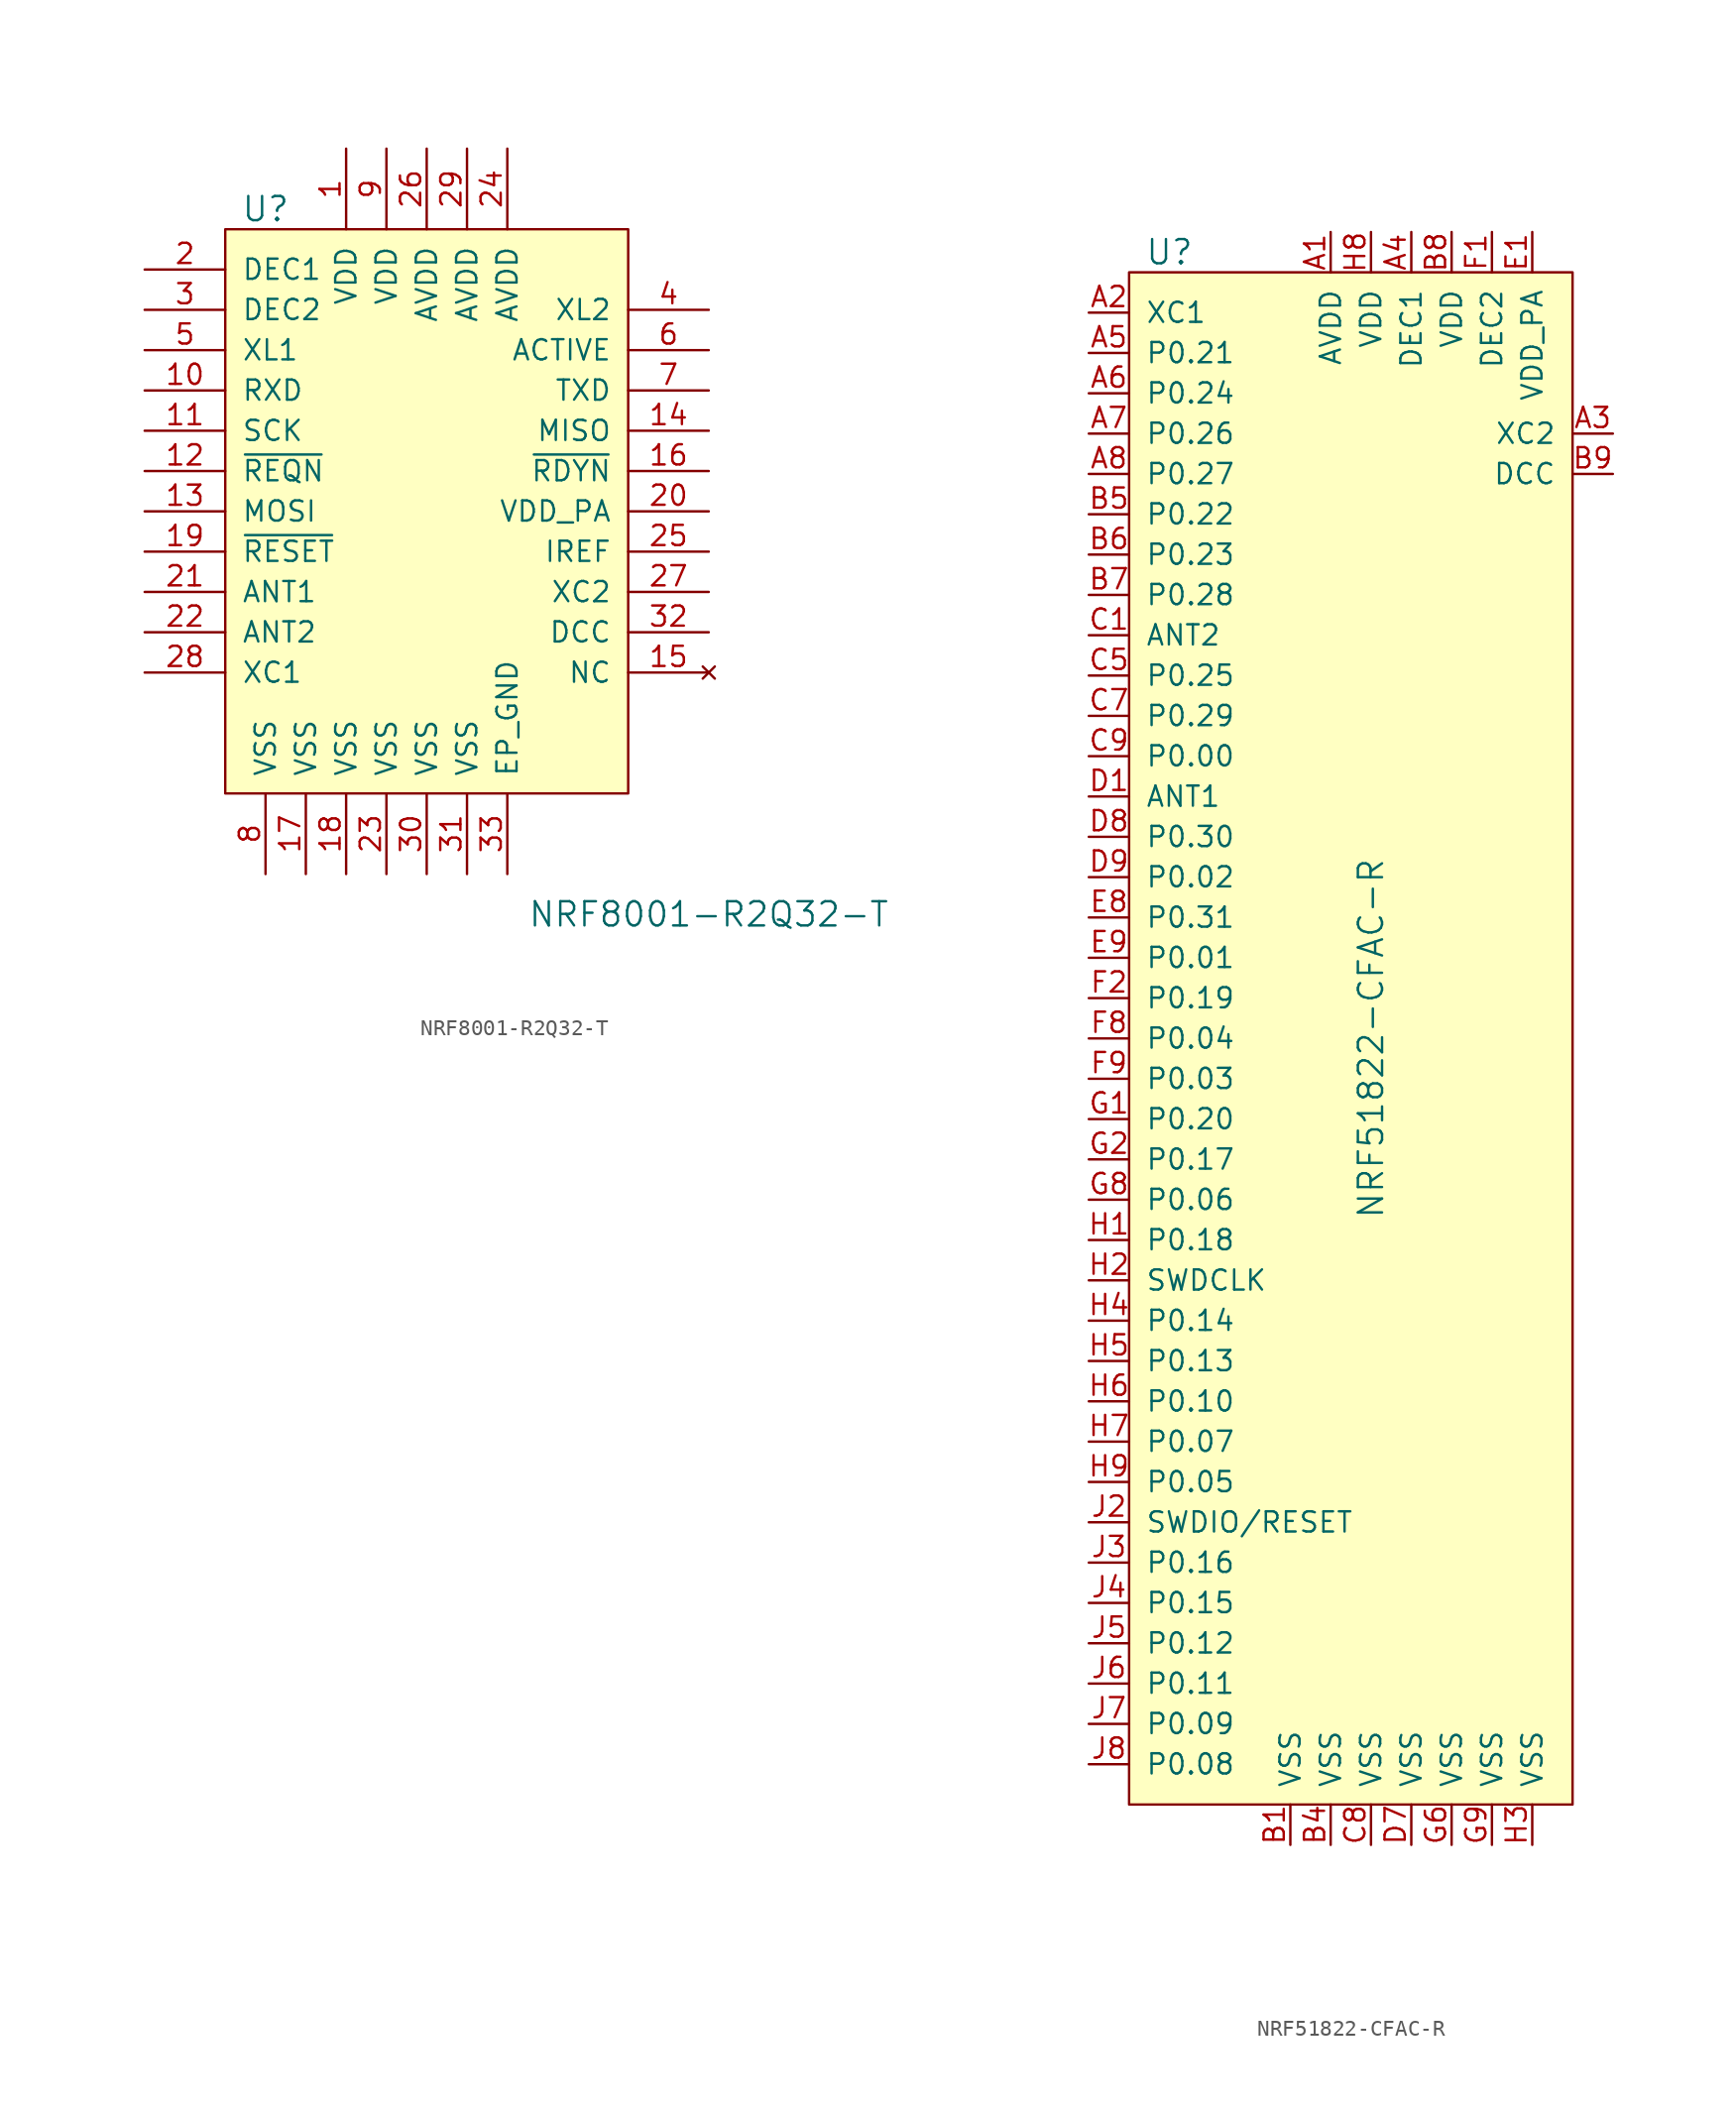
<source format=kicad_sym>
(kicad_symbol_lib
  (version 20201005)
  (generator kicad_symbol_editor)
  (symbol "NRF8001-R2Q32-T"
    (pin_names
      (offset 1.016))
    (property "Reference" "U"
      (at -10.16 16.51 0)
      (effects (font (size 1.524 1.524))))
    (property "Value" "NRF8001-R2Q32-T"
      (at 17.78 -27.94 0)
      (effects (font (size 1.524 1.524))))
    (symbol "NRF8001-R2Q32-T_0_1"
      (rectangle (start -12.7 15.24) (end 12.7 -20.32) (stroke (width 0)) (fill (type background))))
    (symbol "NRF8001-R2Q32-T_1_1"
      (pin power_in line (at -5.08 20.32 270) (length 5.08) (name "VDD" (effects (font (size 1.27 1.27)))) (number "1" (effects (font (size 1.27 1.27)))))
      (pin unspecified line (at -17.78 12.7 0) (length 5.08) (name "DEC1" (effects (font (size 1.27 1.27)))) (number "2" (effects (font (size 1.27 1.27)))))
      (pin unspecified line (at -17.78 10.16 0) (length 5.08) (name "DEC2" (effects (font (size 1.27 1.27)))) (number "3" (effects (font (size 1.27 1.27)))))
      (pin output line (at 17.78 10.16 180) (length 5.08) (name "XL2" (effects (font (size 1.27 1.27)))) (number "4" (effects (font (size 1.27 1.27)))))
      (pin input line (at -17.78 7.62 0) (length 5.08) (name "XL1" (effects (font (size 1.27 1.27)))) (number "5" (effects (font (size 1.27 1.27)))))
      (pin output line (at 17.78 7.62 180) (length 5.08) (name "ACTIVE" (effects (font (size 1.27 1.27)))) (number "6" (effects (font (size 1.27 1.27)))))
      (pin output line (at 17.78 5.08 180) (length 5.08) (name "TXD" (effects (font (size 1.27 1.27)))) (number "7" (effects (font (size 1.27 1.27)))))
      (pin power_in line (at -10.16 -25.4 90) (length 5.08) (name "VSS" (effects (font (size 1.27 1.27)))) (number "8" (effects (font (size 1.27 1.27)))))
      (pin power_in line (at -2.54 20.32 270) (length 5.08) (name "VDD" (effects (font (size 1.27 1.27)))) (number "9" (effects (font (size 1.27 1.27)))))
      (pin input line (at -17.78 5.08 0) (length 5.08) (name "RXD" (effects (font (size 1.27 1.27)))) (number "10" (effects (font (size 1.27 1.27)))))
      (pin power_out line (at 17.78 -2.54 180) (length 5.08) (name "VDD_PA" (effects (font (size 1.27 1.27)))) (number "20" (effects (font (size 1.27 1.27)))))
      (pin power_in line (at 0 -25.4 90) (length 5.08) (name "VSS" (effects (font (size 1.27 1.27)))) (number "30" (effects (font (size 1.27 1.27)))))
      (pin input line (at -17.78 2.54 0) (length 5.08) (name "SCK" (effects (font (size 1.27 1.27)))) (number "11" (effects (font (size 1.27 1.27)))))
      (pin input line (at -17.78 -7.62 0) (length 5.08) (name "ANT1" (effects (font (size 1.27 1.27)))) (number "21" (effects (font (size 1.27 1.27)))))
      (pin power_in line (at 2.54 -25.4 90) (length 5.08) (name "VSS" (effects (font (size 1.27 1.27)))) (number "31" (effects (font (size 1.27 1.27)))))
      (pin input line (at -17.78 0 0) (length 5.08) (name "~REQN" (effects (font (size 1.27 1.27)))) (number "12" (effects (font (size 1.27 1.27)))))
      (pin input line (at -17.78 -10.16 0) (length 5.08) (name "ANT2" (effects (font (size 1.27 1.27)))) (number "22" (effects (font (size 1.27 1.27)))))
      (pin output line (at 17.78 -10.16 180) (length 5.08) (name "DCC" (effects (font (size 1.27 1.27)))) (number "32" (effects (font (size 1.27 1.27)))))
      (pin input line (at -17.78 -2.54 0) (length 5.08) (name "MOSI" (effects (font (size 1.27 1.27)))) (number "13" (effects (font (size 1.27 1.27)))))
      (pin power_in line (at -2.54 -25.4 90) (length 5.08) (name "VSS" (effects (font (size 1.27 1.27)))) (number "23" (effects (font (size 1.27 1.27)))))
      (pin power_in line (at 5.08 -25.4 90) (length 5.08) (name "EP_GND" (effects (font (size 1.27 1.27)))) (number "33" (effects (font (size 1.27 1.27)))))
      (pin output line (at 17.78 2.54 180) (length 5.08) (name "MISO" (effects (font (size 1.27 1.27)))) (number "14" (effects (font (size 1.27 1.27)))))
      (pin power_in line (at 5.08 20.32 270) (length 5.08) (name "AVDD" (effects (font (size 1.27 1.27)))) (number "24" (effects (font (size 1.27 1.27)))))
      (pin no_connect line (at 17.78 -12.7 180) (length 5.08) (name "NC" (effects (font (size 1.27 1.27)))) (number "15" (effects (font (size 1.27 1.27)))))
      (pin output line (at 17.78 -5.08 180) (length 5.08) (name "IREF" (effects (font (size 1.27 1.27)))) (number "25" (effects (font (size 1.27 1.27)))))
      (pin output line (at 17.78 0 180) (length 5.08) (name "~RDYN" (effects (font (size 1.27 1.27)))) (number "16" (effects (font (size 1.27 1.27)))))
      (pin power_in line (at 0 20.32 270) (length 5.08) (name "AVDD" (effects (font (size 1.27 1.27)))) (number "26" (effects (font (size 1.27 1.27)))))
      (pin power_in line (at -7.62 -25.4 90) (length 5.08) (name "VSS" (effects (font (size 1.27 1.27)))) (number "17" (effects (font (size 1.27 1.27)))))
      (pin output line (at 17.78 -7.62 180) (length 5.08) (name "XC2" (effects (font (size 1.27 1.27)))) (number "27" (effects (font (size 1.27 1.27)))))
      (pin power_in line (at -5.08 -25.4 90) (length 5.08) (name "VSS" (effects (font (size 1.27 1.27)))) (number "18" (effects (font (size 1.27 1.27)))))
      (pin input line (at -17.78 -12.7 0) (length 5.08) (name "XC1" (effects (font (size 1.27 1.27)))) (number "28" (effects (font (size 1.27 1.27)))))
      (pin input line (at -17.78 -5.08 0) (length 5.08) (name "~RESET" (effects (font (size 1.27 1.27)))) (number "19" (effects (font (size 1.27 1.27)))))
      (pin power_in line (at 2.54 20.32 270) (length 5.08) (name "AVDD" (effects (font (size 1.27 1.27)))) (number "29" (effects (font (size 1.27 1.27)))))))
  (symbol "NRF51822-CFAC-R"
    (pin_names
      (offset 1.016))
    (property "Reference" "U"
      (at -7.62 19.05 0)
      (effects (font (size 1.524 1.524))))
    (property "Value" "NRF51822-CFAC-R"
      (at 5.08 -30.48 90)
      (effects (font (size 1.524 1.524))))
    (symbol "NRF51822-CFAC-R_0_1"
      (rectangle (start -10.16 17.78) (end 17.78 -78.74) (stroke (width 0)) (fill (type background))))
    (symbol "NRF51822-CFAC-R_1_1"
      (pin power_in line (at 2.54 20.32 270) (length 2.54) (name "AVDD" (effects (font (size 1.27 1.27)))) (number "A1" (effects (font (size 1.27 1.27)))))
      (pin power_in line (at 0 -81.28 90) (length 2.54) (name "VSS" (effects (font (size 1.27 1.27)))) (number "B1" (effects (font (size 1.27 1.27)))))
      (pin input line (at -12.7 -5.08 0) (length 2.54) (name "ANT2" (effects (font (size 1.27 1.27)))) (number "C1" (effects (font (size 1.27 1.27)))))
      (pin input line (at -12.7 -15.24 0) (length 2.54) (name "ANT1" (effects (font (size 1.27 1.27)))) (number "D1" (effects (font (size 1.27 1.27)))))
      (pin power_in line (at 15.24 20.32 270) (length 2.54) (name "VDD_PA" (effects (font (size 1.27 1.27)))) (number "E1" (effects (font (size 1.27 1.27)))))
      (pin power_in line (at 12.7 20.32 270) (length 2.54) (name "DEC2" (effects (font (size 1.27 1.27)))) (number "F1" (effects (font (size 1.27 1.27)))))
      (pin bidirectional line (at -12.7 -35.56 0) (length 2.54) (name "P0.20" (effects (font (size 1.27 1.27)))) (number "G1" (effects (font (size 1.27 1.27)))))
      (pin bidirectional line (at -12.7 -43.18 0) (length 2.54) (name "P0.18" (effects (font (size 1.27 1.27)))) (number "H1" (effects (font (size 1.27 1.27)))))
      (pin input line (at -12.7 15.24 0) (length 2.54) (name "XC1" (effects (font (size 1.27 1.27)))) (number "A2" (effects (font (size 1.27 1.27)))))
      (pin no_connect line (at 17.78 0 180) (length 2.54) hide (name "NC" (effects (font (size 1.27 1.27)))) (number "E2" (effects (font (size 1.27 1.27)))))
      (pin bidirectional line (at -12.7 -27.94 0) (length 2.54) (name "P0.19" (effects (font (size 1.27 1.27)))) (number "F2" (effects (font (size 1.27 1.27)))))
      (pin bidirectional line (at -12.7 -38.1 0) (length 2.54) (name "P0.17" (effects (font (size 1.27 1.27)))) (number "G2" (effects (font (size 1.27 1.27)))))
      (pin input line (at -12.7 -45.72 0) (length 2.54) (name "SWDCLK" (effects (font (size 1.27 1.27)))) (number "H2" (effects (font (size 1.27 1.27)))))
      (pin bidirectional line (at -12.7 -60.96 0) (length 2.54) (name "SWDIO/RESET" (effects (font (size 1.27 1.27)))) (number "J2" (effects (font (size 1.27 1.27)))))
      (pin output line (at 20.32 7.62 180) (length 2.54) (name "XC2" (effects (font (size 1.27 1.27)))) (number "A3" (effects (font (size 1.27 1.27)))))
      (pin no_connect line (at 17.78 -2.54 180) (length 2.54) hide (name "NC" (effects (font (size 1.27 1.27)))) (number "E3" (effects (font (size 1.27 1.27)))))
      (pin no_connect line (at 17.78 -7.62 180) (length 2.54) hide (name "NC" (effects (font (size 1.27 1.27)))) (number "F3" (effects (font (size 1.27 1.27)))))
      (pin no_connect line (at 17.78 -12.7 180) (length 2.54) hide (name "NC" (effects (font (size 1.27 1.27)))) (number "G3" (effects (font (size 1.27 1.27)))))
      (pin power_in line (at 15.24 -81.28 90) (length 2.54) (name "VSS" (effects (font (size 1.27 1.27)))) (number "H3" (effects (font (size 1.27 1.27)))))
      (pin bidirectional line (at -12.7 -63.5 0) (length 2.54) (name "P0.16" (effects (font (size 1.27 1.27)))) (number "J3" (effects (font (size 1.27 1.27)))))
      (pin power_in line (at 7.62 20.32 270) (length 2.54) (name "DEC1" (effects (font (size 1.27 1.27)))) (number "A4" (effects (font (size 1.27 1.27)))))
      (pin power_in line (at 2.54 -81.28 90) (length 2.54) (name "VSS" (effects (font (size 1.27 1.27)))) (number "B4" (effects (font (size 1.27 1.27)))))
      (pin no_connect line (at 17.78 -15.24 180) (length 2.54) hide (name "NC" (effects (font (size 1.27 1.27)))) (number "G4" (effects (font (size 1.27 1.27)))))
      (pin bidirectional line (at -12.7 -48.26 0) (length 2.54) (name "P0.14" (effects (font (size 1.27 1.27)))) (number "H4" (effects (font (size 1.27 1.27)))))
      (pin bidirectional line (at -12.7 -66.04 0) (length 2.54) (name "P0.15" (effects (font (size 1.27 1.27)))) (number "J4" (effects (font (size 1.27 1.27)))))
      (pin bidirectional line (at -12.7 12.7 0) (length 2.54) (name "P0.21" (effects (font (size 1.27 1.27)))) (number "A5" (effects (font (size 1.27 1.27)))))
      (pin bidirectional line (at -12.7 2.54 0) (length 2.54) (name "P0.22" (effects (font (size 1.27 1.27)))) (number "B5" (effects (font (size 1.27 1.27)))))
      (pin bidirectional line (at -12.7 -7.62 0) (length 2.54) (name "P0.25" (effects (font (size 1.27 1.27)))) (number "C5" (effects (font (size 1.27 1.27)))))
      (pin no_connect line (at 17.78 -17.78 180) (length 2.54) hide (name "NC" (effects (font (size 1.27 1.27)))) (number "G5" (effects (font (size 1.27 1.27)))))
      (pin bidirectional line (at -12.7 -50.8 0) (length 2.54) (name "P0.13" (effects (font (size 1.27 1.27)))) (number "H5" (effects (font (size 1.27 1.27)))))
      (pin bidirectional line (at -12.7 -68.58 0) (length 2.54) (name "P0.12" (effects (font (size 1.27 1.27)))) (number "J5" (effects (font (size 1.27 1.27)))))
      (pin bidirectional line (at -12.7 10.16 0) (length 2.54) (name "P0.24" (effects (font (size 1.27 1.27)))) (number "A6" (effects (font (size 1.27 1.27)))))
      (pin bidirectional line (at -12.7 0 0) (length 2.54) (name "P0.23" (effects (font (size 1.27 1.27)))) (number "B6" (effects (font (size 1.27 1.27)))))
      (pin no_connect line (at 17.78 2.54 180) (length 2.54) hide (name "NC" (effects (font (size 1.27 1.27)))) (number "C6" (effects (font (size 1.27 1.27)))))
      (pin power_in line (at 10.16 -81.28 90) (length 2.54) (name "VSS" (effects (font (size 1.27 1.27)))) (number "G6" (effects (font (size 1.27 1.27)))))
      (pin bidirectional line (at -12.7 -53.34 0) (length 2.54) (name "P0.10" (effects (font (size 1.27 1.27)))) (number "H6" (effects (font (size 1.27 1.27)))))
      (pin bidirectional line (at -12.7 -71.12 0) (length 2.54) (name "P0.11" (effects (font (size 1.27 1.27)))) (number "J6" (effects (font (size 1.27 1.27)))))
      (pin bidirectional line (at -12.7 7.62 0) (length 2.54) (name "P0.26" (effects (font (size 1.27 1.27)))) (number "A7" (effects (font (size 1.27 1.27)))))
      (pin bidirectional line (at -12.7 -2.54 0) (length 2.54) (name "P0.28" (effects (font (size 1.27 1.27)))) (number "B7" (effects (font (size 1.27 1.27)))))
      (pin bidirectional line (at -12.7 -10.16 0) (length 2.54) (name "P0.29" (effects (font (size 1.27 1.27)))) (number "C7" (effects (font (size 1.27 1.27)))))
      (pin power_in line (at 7.62 -81.28 90) (length 2.54) (name "VSS" (effects (font (size 1.27 1.27)))) (number "D7" (effects (font (size 1.27 1.27)))))
      (pin no_connect line (at 17.78 -5.08 180) (length 2.54) hide (name "NC" (effects (font (size 1.27 1.27)))) (number "E7" (effects (font (size 1.27 1.27)))))
      (pin no_connect line (at 17.78 -10.16 180) (length 2.54) hide (name "NC" (effects (font (size 1.27 1.27)))) (number "F7" (effects (font (size 1.27 1.27)))))
      (pin no_connect line (at 17.78 -20.32 180) (length 2.54) hide (name "NC" (effects (font (size 1.27 1.27)))) (number "G7" (effects (font (size 1.27 1.27)))))
      (pin bidirectional line (at -12.7 -55.88 0) (length 2.54) (name "P0.07" (effects (font (size 1.27 1.27)))) (number "H7" (effects (font (size 1.27 1.27)))))
      (pin bidirectional line (at -12.7 -73.66 0) (length 2.54) (name "P0.09" (effects (font (size 1.27 1.27)))) (number "J7" (effects (font (size 1.27 1.27)))))
      (pin bidirectional line (at -12.7 5.08 0) (length 2.54) (name "P0.27" (effects (font (size 1.27 1.27)))) (number "A8" (effects (font (size 1.27 1.27)))))
      (pin power_in line (at 10.16 20.32 270) (length 2.54) (name "VDD" (effects (font (size 1.27 1.27)))) (number "B8" (effects (font (size 1.27 1.27)))))
      (pin power_in line (at 5.08 -81.28 90) (length 2.54) (name "VSS" (effects (font (size 1.27 1.27)))) (number "C8" (effects (font (size 1.27 1.27)))))
      (pin bidirectional line (at -12.7 -17.78 0) (length 2.54) (name "P0.30" (effects (font (size 1.27 1.27)))) (number "D8" (effects (font (size 1.27 1.27)))))
      (pin bidirectional line (at -12.7 -22.86 0) (length 2.54) (name "P0.31" (effects (font (size 1.27 1.27)))) (number "E8" (effects (font (size 1.27 1.27)))))
      (pin bidirectional line (at -12.7 -30.48 0) (length 2.54) (name "P0.04" (effects (font (size 1.27 1.27)))) (number "F8" (effects (font (size 1.27 1.27)))))
      (pin bidirectional line (at -12.7 -40.64 0) (length 2.54) (name "P0.06" (effects (font (size 1.27 1.27)))) (number "G8" (effects (font (size 1.27 1.27)))))
      (pin power_in line (at 5.08 20.32 270) (length 2.54) (name "VDD" (effects (font (size 1.27 1.27)))) (number "H8" (effects (font (size 1.27 1.27)))))
      (pin bidirectional line (at -12.7 -76.2 0) (length 2.54) (name "P0.08" (effects (font (size 1.27 1.27)))) (number "J8" (effects (font (size 1.27 1.27)))))
      (pin power_out line (at 20.32 5.08 180) (length 2.54) (name "DCC" (effects (font (size 1.27 1.27)))) (number "B9" (effects (font (size 1.27 1.27)))))
      (pin bidirectional line (at -12.7 -12.7 0) (length 2.54) (name "P0.00" (effects (font (size 1.27 1.27)))) (number "C9" (effects (font (size 1.27 1.27)))))
      (pin bidirectional line (at -12.7 -20.32 0) (length 2.54) (name "P0.02" (effects (font (size 1.27 1.27)))) (number "D9" (effects (font (size 1.27 1.27)))))
      (pin bidirectional line (at -12.7 -25.4 0) (length 2.54) (name "P0.01" (effects (font (size 1.27 1.27)))) (number "E9" (effects (font (size 1.27 1.27)))))
      (pin bidirectional line (at -12.7 -33.02 0) (length 2.54) (name "P0.03" (effects (font (size 1.27 1.27)))) (number "F9" (effects (font (size 1.27 1.27)))))
      (pin power_in line (at 12.7 -81.28 90) (length 2.54) (name "VSS" (effects (font (size 1.27 1.27)))) (number "G9" (effects (font (size 1.27 1.27)))))
      (pin bidirectional line (at -12.7 -58.42 0) (length 2.54) (name "P0.05" (effects (font (size 1.27 1.27)))) (number "H9" (effects (font (size 1.27 1.27))))))))
</source>
